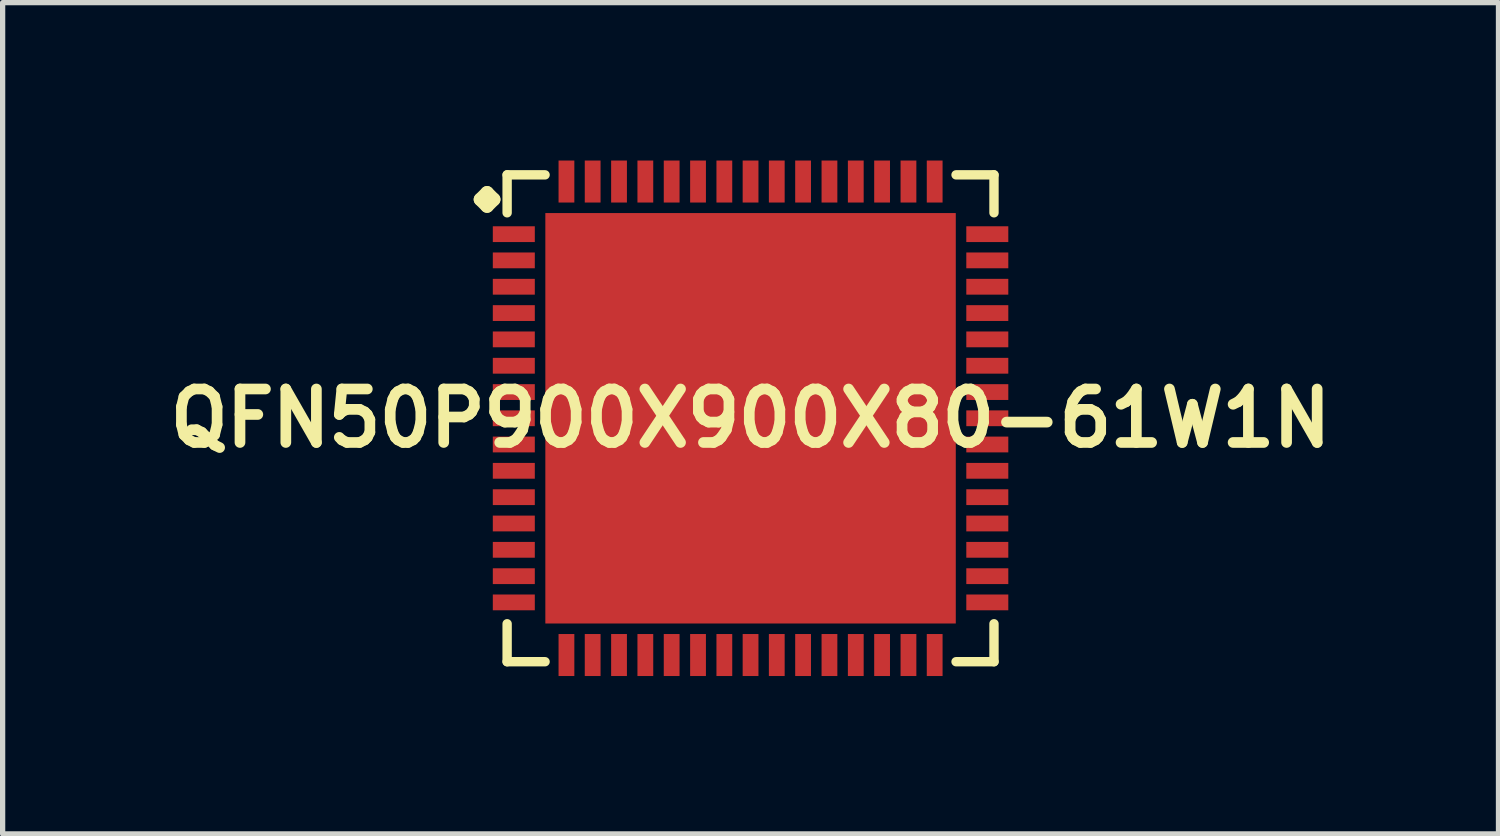
<source format=kicad_pcb>
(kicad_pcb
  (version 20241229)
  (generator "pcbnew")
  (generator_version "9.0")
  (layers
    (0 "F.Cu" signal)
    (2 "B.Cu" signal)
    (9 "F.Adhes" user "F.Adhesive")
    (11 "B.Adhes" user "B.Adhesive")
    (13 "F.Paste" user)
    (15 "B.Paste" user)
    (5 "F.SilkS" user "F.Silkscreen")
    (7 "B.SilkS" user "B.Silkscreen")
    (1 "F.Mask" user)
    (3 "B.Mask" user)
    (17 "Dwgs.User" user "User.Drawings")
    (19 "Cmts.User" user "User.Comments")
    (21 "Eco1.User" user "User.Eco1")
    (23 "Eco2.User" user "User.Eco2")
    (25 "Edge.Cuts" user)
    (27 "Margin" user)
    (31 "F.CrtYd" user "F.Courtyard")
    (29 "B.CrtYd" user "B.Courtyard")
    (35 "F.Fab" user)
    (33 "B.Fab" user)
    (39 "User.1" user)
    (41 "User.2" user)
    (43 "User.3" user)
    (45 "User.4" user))
  (footprint "QFN50P900X900X80-61W1N"
    (layer "F.Cu")
    (at 11.21 4.897)
    (property "Reference" "QFN50P900X900X80-61W1N" (at 0 0 0) (layer "F.SilkS") (effects (font (size 1.016 1.016) (thickness 0.203))))
    (attr smd)
    (fp_line (start -5.133 -4.158) (end -5.006 -4.285) (stroke (width 0.254) (type solid)) (layer "F.SilkS"))
    (fp_line (start -5.006 -4.285) (end -4.879 -4.158) (stroke (width 0.254) (type solid)) (layer "F.SilkS"))
    (fp_line (start -5.006 -4.031) (end -5.133 -4.158) (stroke (width 0.254) (type solid)) (layer "F.SilkS"))
    (fp_line (start -4.879 -4.158) (end -5.006 -4.031) (stroke (width 0.254) (type solid)) (layer "F.SilkS"))
    (fp_line (start -4.625 -4.625) (end -3.904 -4.625) (stroke (width 0.178) (type solid)) (layer "F.SilkS"))
    (fp_line (start -4.625 -3.904) (end -4.625 -4.625) (stroke (width 0.178) (type solid)) (layer "F.SilkS"))
    (fp_line (start -4.625 3.904) (end -4.625 4.625) (stroke (width 0.178) (type solid)) (layer "F.SilkS"))
    (fp_line (start -4.625 4.625) (end -3.904 4.625) (stroke (width 0.178) (type solid)) (layer "F.SilkS"))
    (fp_line (start 3.904 -4.625) (end 4.625 -4.625) (stroke (width 0.178) (type solid)) (layer "F.SilkS"))
    (fp_line (start 3.904 4.625) (end 4.625 4.625) (stroke (width 0.178) (type solid)) (layer "F.SilkS"))
    (fp_line (start 4.625 -4.625) (end 4.625 -3.904) (stroke (width 0.178) (type solid)) (layer "F.SilkS"))
    (fp_line (start 4.625 4.625) (end 4.625 3.904) (stroke (width 0.178) (type solid)) (layer "F.SilkS"))
    (pad "1" smd rect (at -4.498 -3.498) (size 0.798 0.3) (layers "F.Cu" "F.Mask" "F.Paste"))
    (pad "2" smd rect (at -4.498 -3) (size 0.798 0.3) (layers "F.Cu" "F.Mask" "F.Paste"))
    (pad "3" smd rect (at -4.498 -2.499) (size 0.798 0.3) (layers "F.Cu" "F.Mask" "F.Paste"))
    (pad "4" smd rect (at -4.498 -1.999) (size 0.798 0.3) (layers "F.Cu" "F.Mask" "F.Paste"))
    (pad "5" smd rect (at -4.498 -1.499) (size 0.798 0.3) (layers "F.Cu" "F.Mask" "F.Paste"))
    (pad "6" smd rect (at -4.498 -0.998) (size 0.798 0.3) (layers "F.Cu" "F.Mask" "F.Paste"))
    (pad "7" smd rect (at -4.498 -0.498) (size 0.798 0.3) (layers "F.Cu" "F.Mask" "F.Paste"))
    (pad "8" smd rect (at -4.498 0) (size 0.798 0.3) (layers "F.Cu" "F.Mask" "F.Paste"))
    (pad "9" smd rect (at -4.498 0.498) (size 0.798 0.3) (layers "F.Cu" "F.Mask" "F.Paste"))
    (pad "10" smd rect (at -4.498 0.998) (size 0.798 0.3) (layers "F.Cu" "F.Mask" "F.Paste"))
    (pad "11" smd rect (at -4.498 1.499) (size 0.798 0.3) (layers "F.Cu" "F.Mask" "F.Paste"))
    (pad "12" smd rect (at -4.498 1.999) (size 0.798 0.3) (layers "F.Cu" "F.Mask" "F.Paste"))
    (pad "13" smd rect (at -4.498 2.499) (size 0.798 0.3) (layers "F.Cu" "F.Mask" "F.Paste"))
    (pad "14" smd rect (at -4.498 3) (size 0.798 0.3) (layers "F.Cu" "F.Mask" "F.Paste"))
    (pad "15" smd rect (at -4.498 3.498) (size 0.798 0.3) (layers "F.Cu" "F.Mask" "F.Paste"))
    (pad "16" smd rect (at -3.498 4.498) (size 0.3 0.798) (layers "F.Cu" "F.Mask" "F.Paste"))
    (pad "17" smd rect (at -3 4.498) (size 0.3 0.798) (layers "F.Cu" "F.Mask" "F.Paste"))
    (pad "18" smd rect (at -2.499 4.498) (size 0.3 0.798) (layers "F.Cu" "F.Mask" "F.Paste"))
    (pad "19" smd rect (at -1.999 4.498) (size 0.3 0.798) (layers "F.Cu" "F.Mask" "F.Paste"))
    (pad "20" smd rect (at -1.499 4.498) (size 0.3 0.798) (layers "F.Cu" "F.Mask" "F.Paste"))
    (pad "21" smd rect (at -0.998 4.498) (size 0.3 0.798) (layers "F.Cu" "F.Mask" "F.Paste"))
    (pad "22" smd rect (at -0.498 4.498) (size 0.3 0.798) (layers "F.Cu" "F.Mask" "F.Paste"))
    (pad "23" smd rect (at 0 4.498) (size 0.3 0.798) (layers "F.Cu" "F.Mask" "F.Paste"))
    (pad "24" smd rect (at 0.498 4.498) (size 0.3 0.798) (layers "F.Cu" "F.Mask" "F.Paste"))
    (pad "25" smd rect (at 0.998 4.498) (size 0.3 0.798) (layers "F.Cu" "F.Mask" "F.Paste"))
    (pad "26" smd rect (at 1.499 4.498) (size 0.3 0.798) (layers "F.Cu" "F.Mask" "F.Paste"))
    (pad "27" smd rect (at 1.999 4.498) (size 0.3 0.798) (layers "F.Cu" "F.Mask" "F.Paste"))
    (pad "28" smd rect (at 2.499 4.498) (size 0.3 0.798) (layers "F.Cu" "F.Mask" "F.Paste"))
    (pad "29" smd rect (at 3 4.498) (size 0.3 0.798) (layers "F.Cu" "F.Mask" "F.Paste"))
    (pad "30" smd rect (at 3.498 4.498) (size 0.3 0.798) (layers "F.Cu" "F.Mask" "F.Paste"))
    (pad "31" smd rect (at 4.498 3.498) (size 0.798 0.3) (layers "F.Cu" "F.Mask" "F.Paste"))
    (pad "32" smd rect (at 4.498 3) (size 0.798 0.3) (layers "F.Cu" "F.Mask" "F.Paste"))
    (pad "33" smd rect (at 4.498 2.499) (size 0.798 0.3) (layers "F.Cu" "F.Mask" "F.Paste"))
    (pad "34" smd rect (at 4.498 1.999) (size 0.798 0.3) (layers "F.Cu" "F.Mask" "F.Paste"))
    (pad "35" smd rect (at 4.498 1.499) (size 0.798 0.3) (layers "F.Cu" "F.Mask" "F.Paste"))
    (pad "36" smd rect (at 4.498 0.998) (size 0.798 0.3) (layers "F.Cu" "F.Mask" "F.Paste"))
    (pad "37" smd rect (at 4.498 0.498) (size 0.798 0.3) (layers "F.Cu" "F.Mask" "F.Paste"))
    (pad "38" smd rect (at 4.498 0) (size 0.798 0.3) (layers "F.Cu" "F.Mask" "F.Paste"))
    (pad "39" smd rect (at 4.498 -0.498) (size 0.798 0.3) (layers "F.Cu" "F.Mask" "F.Paste"))
    (pad "40" smd rect (at 4.498 -0.998) (size 0.798 0.3) (layers "F.Cu" "F.Mask" "F.Paste"))
    (pad "41" smd rect (at 4.498 -1.499) (size 0.798 0.3) (layers "F.Cu" "F.Mask" "F.Paste"))
    (pad "42" smd rect (at 4.498 -1.999) (size 0.798 0.3) (layers "F.Cu" "F.Mask" "F.Paste"))
    (pad "43" smd rect (at 4.498 -2.499) (size 0.798 0.3) (layers "F.Cu" "F.Mask" "F.Paste"))
    (pad "44" smd rect (at 4.498 -3) (size 0.798 0.3) (layers "F.Cu" "F.Mask" "F.Paste"))
    (pad "45" smd rect (at 4.498 -3.498) (size 0.798 0.3) (layers "F.Cu" "F.Mask" "F.Paste"))
    (pad "46" smd rect (at 3.498 -4.498) (size 0.3 0.798) (layers "F.Cu" "F.Mask" "F.Paste"))
    (pad "47" smd rect (at 3 -4.498) (size 0.3 0.798) (layers "F.Cu" "F.Mask" "F.Paste"))
    (pad "48" smd rect (at 2.499 -4.498) (size 0.3 0.798) (layers "F.Cu" "F.Mask" "F.Paste"))
    (pad "49" smd rect (at 1.999 -4.498) (size 0.3 0.798) (layers "F.Cu" "F.Mask" "F.Paste"))
    (pad "50" smd rect (at 1.499 -4.498) (size 0.3 0.798) (layers "F.Cu" "F.Mask" "F.Paste"))
    (pad "51" smd rect (at 0.998 -4.498) (size 0.3 0.798) (layers "F.Cu" "F.Mask" "F.Paste"))
    (pad "52" smd rect (at 0.498 -4.498) (size 0.3 0.798) (layers "F.Cu" "F.Mask" "F.Paste"))
    (pad "53" smd rect (at 0 -4.498) (size 0.3 0.798) (layers "F.Cu" "F.Mask" "F.Paste"))
    (pad "54" smd rect (at -0.498 -4.498) (size 0.3 0.798) (layers "F.Cu" "F.Mask" "F.Paste"))
    (pad "55" smd rect (at -0.998 -4.498) (size 0.3 0.798) (layers "F.Cu" "F.Mask" "F.Paste"))
    (pad "56" smd rect (at -1.499 -4.498) (size 0.3 0.798) (layers "F.Cu" "F.Mask" "F.Paste"))
    (pad "57" smd rect (at -1.999 -4.498) (size 0.3 0.798) (layers "F.Cu" "F.Mask" "F.Paste"))
    (pad "58" smd rect (at -2.499 -4.498) (size 0.3 0.798) (layers "F.Cu" "F.Mask" "F.Paste"))
    (pad "59" smd rect (at -3 -4.498) (size 0.3 0.798) (layers "F.Cu" "F.Mask" "F.Paste"))
    (pad "60" smd rect (at -3.498 -4.498) (size 0.3 0.798) (layers "F.Cu" "F.Mask" "F.Paste"))
    (pad "61" smd rect (at 0 0) (size 7.798 7.798) (layers "F.Cu" "F.Mask" "F.Paste")))
  (gr_rect
    (start -3 -3)
    (end 25.42 12.794)
    (stroke (width 0.1) (type default))
    (fill no)
    (layer "Edge.Cuts")))
</source>
